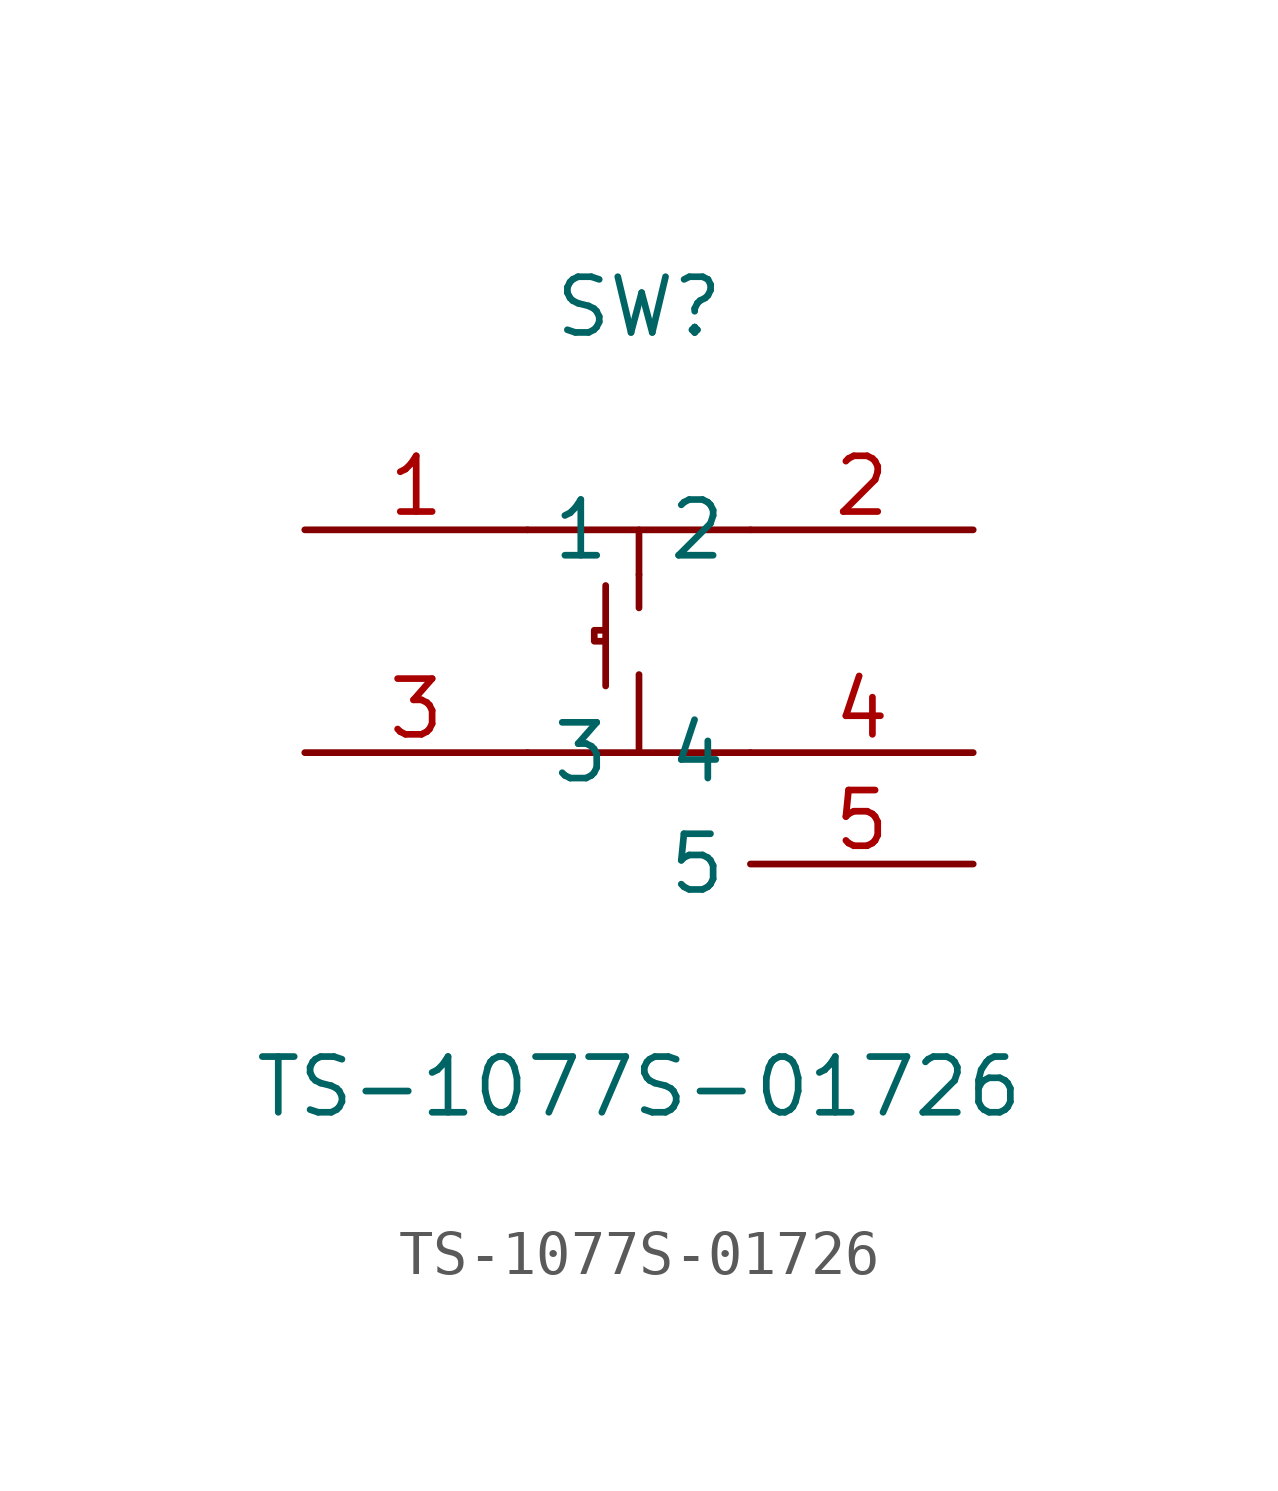
<source format=kicad_sym>
(kicad_symbol_lib
  (version 20211014)
  (generator https://github.com/uPesy/easyeda2kicad.py)
  (symbol "TS-1077S-01726"
    (property "Reference" "SW"
      (at 0 7.62 0)
      (effects (font (size 1.27 1.27))))
    (property "Value" "TS-1077S-01726"
      (at 0 -10.16 0)
      (effects (font (size 1.27 1.27))))
    (symbol "TS-1077S-01726_0_1"
      (polyline (pts (xy -2.54 2.54) (xy 2.54 2.54)) (stroke (width 0) (type default) (color 0 0 0 0)) (fill (type none)))
      (polyline (pts (xy -2.54 -2.54) (xy 2.54 -2.54)) (stroke (width 0) (type default) (color 0 0 0 0)) (fill (type none)))
      (polyline (pts (xy 0.00 2.54) (xy 0.00 1.52)) (stroke (width 0) (type default) (color 0 0 0 0)) (fill (type none)))
      (polyline (pts (xy 0.00 -2.54) (xy 0.00 -0.76)) (stroke (width 0) (type default) (color 0 0 0 0)) (fill (type none)))
      (polyline (pts (xy 0.00 1.52) (xy 0.00 0.76)) (stroke (width 0) (type default) (color 0 0 0 0)) (fill (type none)))
      (polyline (pts (xy -0.76 1.27) (xy -0.76 -1.02)) (stroke (width 0) (type default) (color 0 0 0 0)) (fill (type none)))
      (polyline (pts (xy -0.76 0.25) (xy -1.02 0.25) (xy -1.02 -0.00) (xy -0.76 -0.00)) (stroke (width 0) (type default) (color 0 0 0 0)) (fill (type none)))
      (pin unspecified line (at -7.62 2.54 0) (length 5.08) (name "1" (effects (font (size 1.27 1.27)))) (number "1" (effects (font (size 1.27 1.27)))))
      (pin unspecified line (at 7.62 2.54 180) (length 5.08) (name "2" (effects (font (size 1.27 1.27)))) (number "2" (effects (font (size 1.27 1.27)))))
      (pin unspecified line (at -7.62 -2.54 0) (length 5.08) (name "3" (effects (font (size 1.27 1.27)))) (number "3" (effects (font (size 1.27 1.27)))))
      (pin unspecified line (at 7.62 -2.54 180) (length 5.08) (name "4" (effects (font (size 1.27 1.27)))) (number "4" (effects (font (size 1.27 1.27)))))
      (pin unspecified line (at 7.62 -5.08 180) (length 5.08) (name "5" (effects (font (size 1.27 1.27)))) (number "5" (effects (font (size 1.27 1.27))))))))
</source>
